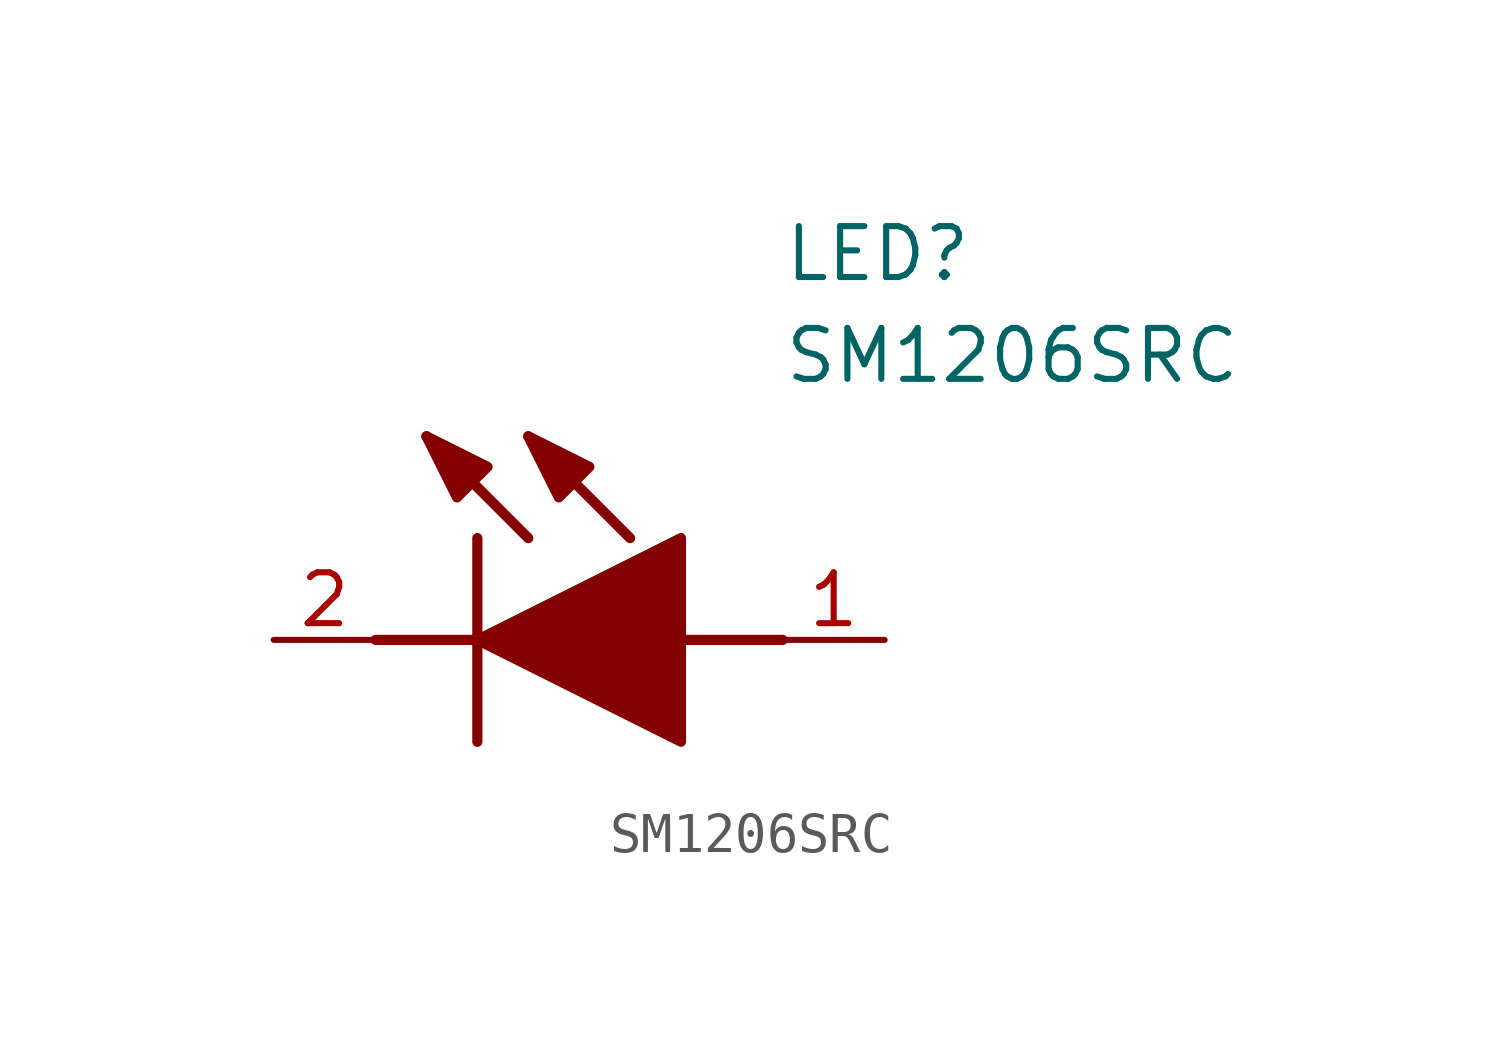
<source format=kicad_sym>
(kicad_symbol_lib
  (version 20211014)
  (generator SamacSys_ECAD_Model)
  (symbol "SM1206SRC"
    (pin_names hide)
    (property "Reference" "LED"
      (at 12.7 8.89 0)
      (effects (font (size 1.27 1.27)) (justify left bottom)))
    (property "Value" "SM1206SRC"
      (at 12.7 6.35 0)
      (effects (font (size 1.27 1.27)) (justify left bottom)))
    (polyline
      (pts (xy 5.08 2.54) (xy 5.08 -2.54))
      (stroke (width 0.254) (type default))
      (fill (type none)))
    (polyline
      (pts (xy 6.35 2.54) (xy 3.81 5.08))
      (stroke (width 0.254) (type default))
      (fill (type none)))
    (polyline
      (pts (xy 8.89 2.54) (xy 6.35 5.08))
      (stroke (width 0.254) (type default))
      (fill (type none)))
    (polyline
      (pts (xy 2.54 0) (xy 5.08 0))
      (stroke (width 0.254) (type default))
      (fill (type none)))
    (polyline
      (pts (xy 10.16 0) (xy 12.7 0))
      (stroke (width 0.254) (type default))
      (fill (type none)))
    (polyline
      (pts (xy 5.08 0) (xy 10.16 2.54) (xy 10.16 -2.54) (xy 5.08 0))
      (stroke (width 0.254) (type default))
      (fill (type outline)))
    (polyline
      (pts (xy 5.334 4.318) (xy 4.572 3.556) (xy 3.81 5.08) (xy 5.334 4.318))
      (stroke (width 0.254) (type default))
      (fill (type outline)))
    (polyline
      (pts (xy 7.874 4.318) (xy 7.112 3.556) (xy 6.35 5.08) (xy 7.874 4.318))
      (stroke (width 0.254) (type default))
      (fill (type outline)))
    (pin passive line
      (at 0 0 0)
      (length 2.54)
      (name "K" (effects (font (size 1.27 1.27))))
      (number "2" (effects (font (size 1.27 1.27)))))
    (pin passive line
      (at 15.24 0 180)
      (length 2.54)
      (name "A" (effects (font (size 1.27 1.27))))
      (number "1" (effects (font (size 1.27 1.27)))))))
</source>
